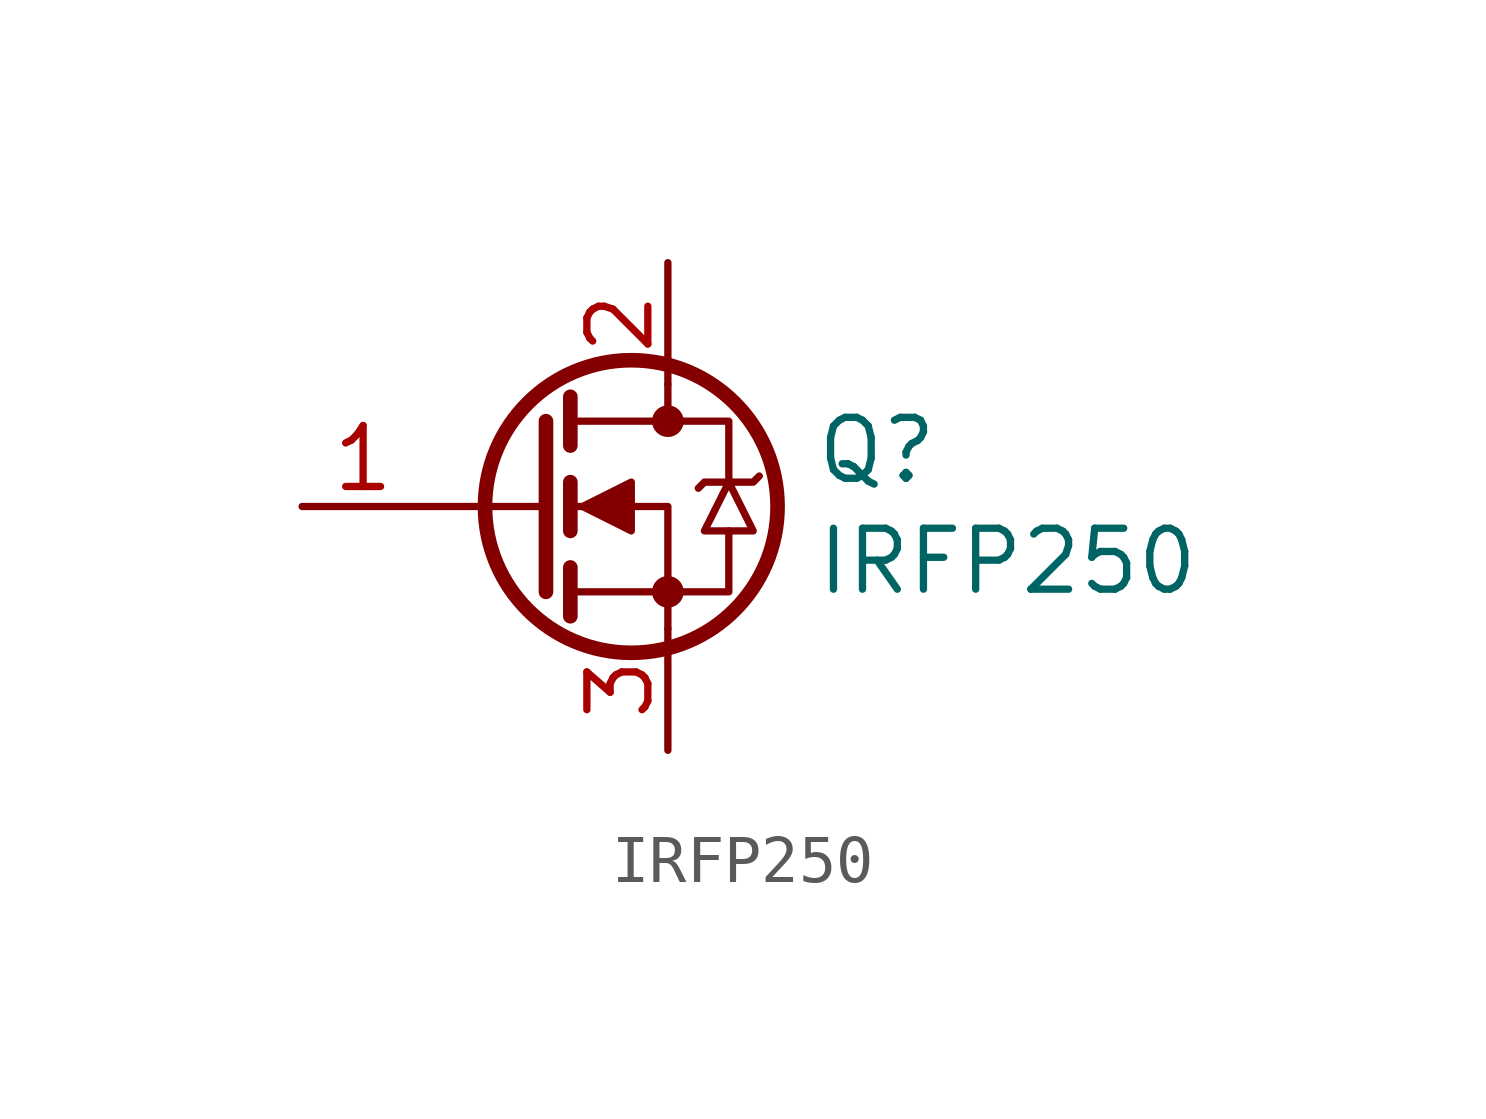
<source format=kicad_sym>
(kicad_symbol_lib
  (version 20211014)
  (generator kicad_symbol_editor)
  (symbol "IRFP250"
    (pin_names
      (offset 1.016) hide)
    (property "Reference" "Q"
      (at 5.588 1.168 0)
      (effects (font (size 1.27 1.27)) (justify left)))
    (property "Value" "IRFP250"
      (at 5.588 -1.143 0)
      (effects (font (size 1.27 1.27)) (justify left)))
    (symbol "IRFP250_0_1"
      (polyline (pts (xy 0 0) (xy -2.54 0)) (stroke (width 0) (type default) (color 0 0 0 0)) (fill (type none)))
      (polyline (pts (xy 0 1.778) (xy 0 -1.778)) (stroke (width 0.305) (type default) (color 0 0 0 0)) (fill (type none)))
      (polyline (pts (xy 0.508 -1.778) (xy 2.54 -1.778)) (stroke (width 0) (type default) (color 0 0 0 0)) (fill (type none)))
      (polyline (pts (xy 0.508 -1.27) (xy 0.508 -2.286)) (stroke (width 0.305) (type default) (color 0 0 0 0)) (fill (type none)))
      (polyline (pts (xy 0.508 0.508) (xy 0.508 -0.508)) (stroke (width 0.305) (type default) (color 0 0 0 0)) (fill (type none)))
      (polyline (pts (xy 0.508 1.27) (xy 0.508 2.286)) (stroke (width 0.305) (type default) (color 0 0 0 0)) (fill (type none)))
      (polyline (pts (xy 0.508 1.778) (xy 2.54 1.778) (xy 2.54 2.54)) (stroke (width 0) (type default) (color 0 0 0 0)) (fill (type none)))
      (polyline (pts (xy 2.54 -2.54) (xy 2.54 0) (xy 0.508 0)) (stroke (width 0) (type default) (color 0 0 0 0)) (fill (type none)))
      (polyline (pts (xy 2.54 1.778) (xy 3.81 1.778) (xy 3.81 0.508)) (stroke (width 0) (type default) (color 0 0 0 0)) (fill (type none)))
      (polyline (pts (xy 3.81 -0.508) (xy 3.81 -1.778) (xy 2.54 -1.778)) (stroke (width 0) (type default) (color 0 0 0 0)) (fill (type none)))
      (polyline (pts (xy 0.762 0) (xy 1.778 0.508) (xy 1.778 -0.508) (xy 0.762 0)) (stroke (width 0) (type default) (color 0 0 0 0)) (fill (type outline)))
      (polyline (pts (xy 3.81 0.508) (xy 3.302 -0.508) (xy 4.318 -0.508) (xy 3.81 0.508)) (stroke (width 0) (type default) (color 0 0 0 0)) (fill (type none)))
      (polyline (pts (xy 4.445 0.635) (xy 4.318 0.508) (xy 3.302 0.508) (xy 3.175 0.381)) (stroke (width 0) (type default) (color 0 0 0 0)) (fill (type none)))
      (circle (center 1.778 0) (radius 3.048) (stroke (width 0.305) (type default) (color 0 0 0 0)) (fill (type none)))
      (circle (center 2.54 -1.778) (radius 0.254) (stroke (width 0) (type default) (color 0 0 0 0)) (fill (type outline)))
      (circle (center 2.54 1.778) (radius 0.254) (stroke (width 0) (type default) (color 0 0 0 0)) (fill (type outline))))
    (symbol "IRFP250_1_1"
      (pin input line (at -5.08 0 0) (length 2.54) (name "G" (effects (font (size 1.27 1.27)))) (number "1" (effects (font (size 1.27 1.27)))))
      (pin passive line (at 2.54 5.08 270) (length 2.54) (name "D" (effects (font (size 1.27 1.27)))) (number "2" (effects (font (size 1.27 1.27)))))
      (pin passive line (at 2.54 -5.08 90) (length 2.54) (name "S" (effects (font (size 1.27 1.27)))) (number "3" (effects (font (size 1.27 1.27))))))))
</source>
